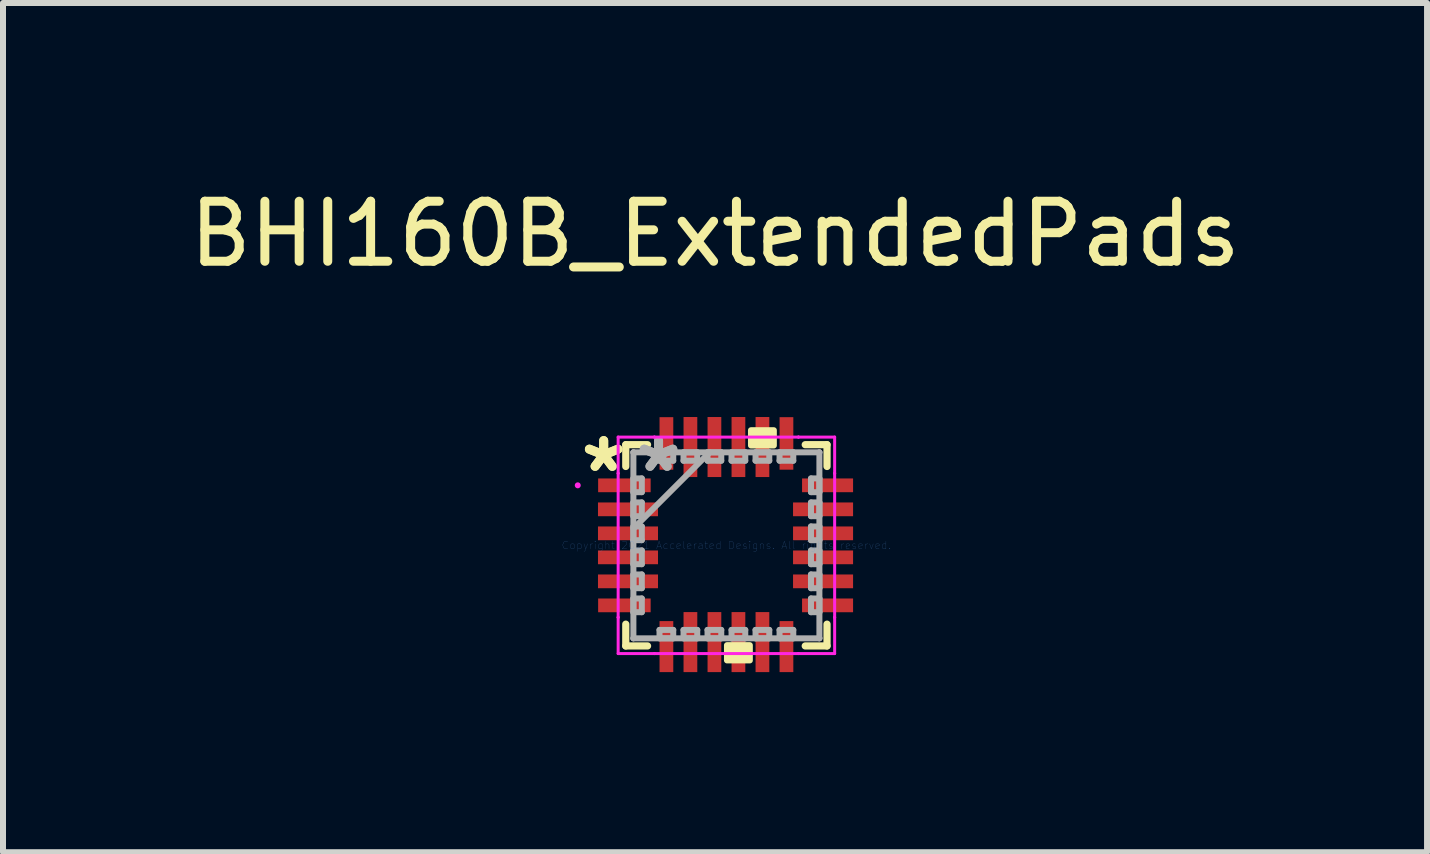
<source format=kicad_pcb>
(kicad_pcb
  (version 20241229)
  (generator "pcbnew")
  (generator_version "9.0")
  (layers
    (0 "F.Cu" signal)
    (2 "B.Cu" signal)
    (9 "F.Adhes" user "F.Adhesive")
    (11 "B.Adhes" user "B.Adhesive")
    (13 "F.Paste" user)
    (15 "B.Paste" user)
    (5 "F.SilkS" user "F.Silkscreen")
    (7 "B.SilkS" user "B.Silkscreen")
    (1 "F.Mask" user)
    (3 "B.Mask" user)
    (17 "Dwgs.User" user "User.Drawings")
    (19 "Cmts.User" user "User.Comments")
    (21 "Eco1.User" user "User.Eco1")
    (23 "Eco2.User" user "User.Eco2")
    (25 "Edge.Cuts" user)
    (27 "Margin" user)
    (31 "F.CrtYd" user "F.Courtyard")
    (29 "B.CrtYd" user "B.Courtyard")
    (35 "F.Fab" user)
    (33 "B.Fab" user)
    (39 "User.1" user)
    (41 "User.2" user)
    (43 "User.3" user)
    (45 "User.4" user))
  (footprint "BHI160B_ExtendedPads"
    (layer "F.Cu")
    (at 8.863 5.848)
    (property "Reference" "BHI160B_ExtendedPads" (at 0 -5 0) (unlocked yes) (layer "F.SilkS") (effects (font (size 1 1) (thickness 0.15))))
    (attr smd)
    (fp_line (start -1.487 -1.489) (end -1.487 -1.126) (stroke (width 0.12) (type solid)) (layer "F.SilkS"))
    (fp_line (start -1.487 1.501) (end -1.487 1.864) (stroke (width 0.12) (type solid)) (layer "F.SilkS"))
    (fp_line (start -1.487 1.864) (end -1.124 1.864) (stroke (width 0.12) (type solid)) (layer "F.SilkS"))
    (fp_line (start -1.124 -1.489) (end -1.487 -1.489) (stroke (width 0.12) (type solid)) (layer "F.SilkS"))
    (fp_line (start 1.503 1.864) (end 1.866 1.864) (stroke (width 0.12) (type solid)) (layer "F.SilkS"))
    (fp_line (start 1.866 -1.489) (end 1.503 -1.489) (stroke (width 0.12) (type solid)) (layer "F.SilkS"))
    (fp_line (start 1.866 -1.126) (end 1.866 -1.489) (stroke (width 0.12) (type solid)) (layer "F.SilkS"))
    (fp_line (start 1.866 1.864) (end 1.866 1.501) (stroke (width 0.12) (type solid)) (layer "F.SilkS"))
    (fp_poly (pts (xy 0.199 1.851) (xy 0.199 2.105) (xy 0.58 2.105) (xy 0.58 1.851)) (stroke (width 0.1) (type solid)) (fill yes) (layer "F.SilkS"))
    (fp_poly (pts (xy 0.599 -1.476) (xy 0.599 -1.73) (xy 0.98 -1.73) (xy 0.98 -1.476)) (stroke (width 0.1) (type solid)) (fill yes) (layer "F.SilkS"))
    (fp_line (start -1.614 -1.616) (end -1.01 -1.616) (stroke (width 0.05) (type solid)) (layer "F.CrtYd"))
    (fp_line (start -1.614 -1.012) (end -1.614 -1.616) (stroke (width 0.05) (type solid)) (layer "F.CrtYd"))
    (fp_line (start -1.614 -1.012) (end -1.614 -1.012) (stroke (width 0.05) (type solid)) (layer "F.CrtYd"))
    (fp_line (start -1.614 1.388) (end -1.614 -1.012) (stroke (width 0.05) (type solid)) (layer "F.CrtYd"))
    (fp_line (start -1.614 1.388) (end -1.614 1.388) (stroke (width 0.05) (type solid)) (layer "F.CrtYd"))
    (fp_line (start -1.614 1.991) (end -1.614 1.388) (stroke (width 0.05) (type solid)) (layer "F.CrtYd"))
    (fp_line (start -1.01 -1.616) (end -1.01 -1.616) (stroke (width 0.05) (type solid)) (layer "F.CrtYd"))
    (fp_line (start -1.01 -1.616) (end 1.39 -1.616) (stroke (width 0.05) (type solid)) (layer "F.CrtYd"))
    (fp_line (start -1.01 1.991) (end -1.614 1.991) (stroke (width 0.05) (type solid)) (layer "F.CrtYd"))
    (fp_line (start -1.01 1.991) (end -1.01 1.991) (stroke (width 0.05) (type solid)) (layer "F.CrtYd"))
    (fp_line (start 1.39 -1.616) (end 1.39 -1.616) (stroke (width 0.05) (type solid)) (layer "F.CrtYd"))
    (fp_line (start 1.39 -1.616) (end 1.993 -1.616) (stroke (width 0.05) (type solid)) (layer "F.CrtYd"))
    (fp_line (start 1.39 1.991) (end -1.01 1.991) (stroke (width 0.05) (type solid)) (layer "F.CrtYd"))
    (fp_line (start 1.39 1.991) (end 1.39 1.991) (stroke (width 0.05) (type solid)) (layer "F.CrtYd"))
    (fp_line (start 1.993 -1.616) (end 1.993 -1.012) (stroke (width 0.05) (type solid)) (layer "F.CrtYd"))
    (fp_line (start 1.993 -1.012) (end 1.993 -1.012) (stroke (width 0.05) (type solid)) (layer "F.CrtYd"))
    (fp_line (start 1.993 -1.012) (end 1.993 1.388) (stroke (width 0.05) (type solid)) (layer "F.CrtYd"))
    (fp_line (start 1.993 1.388) (end 1.993 1.388) (stroke (width 0.05) (type solid)) (layer "F.CrtYd"))
    (fp_line (start 1.993 1.388) (end 1.993 1.991) (stroke (width 0.05) (type solid)) (layer "F.CrtYd"))
    (fp_line (start 1.993 1.991) (end 1.39 1.991) (stroke (width 0.05) (type solid)) (layer "F.CrtYd"))
    (fp_circle (center -2.287 -0.812) (end -2.287 -0.812) (stroke (width 0.05) (type solid)) (fill no) (layer "F.CrtYd"))
    (fp_line (start -1.36 -1.362) (end -1.36 -1.362) (stroke (width 0.1) (type solid)) (layer "F.Fab"))
    (fp_line (start -1.36 -1.362) (end -1.36 1.737) (stroke (width 0.1) (type solid)) (layer "F.Fab"))
    (fp_line (start -1.36 -0.927) (end -1.22 -0.927) (stroke (width 0.1) (type solid)) (layer "F.Fab"))
    (fp_line (start -1.36 -0.698) (end -1.36 -0.927) (stroke (width 0.1) (type solid)) (layer "F.Fab"))
    (fp_line (start -1.36 -0.527) (end -1.22 -0.527) (stroke (width 0.1) (type solid)) (layer "F.Fab"))
    (fp_line (start -1.36 -0.298) (end -1.36 -0.527) (stroke (width 0.1) (type solid)) (layer "F.Fab"))
    (fp_line (start -1.36 -0.127) (end -1.22 -0.127) (stroke (width 0.1) (type solid)) (layer "F.Fab"))
    (fp_line (start -1.36 -0.092) (end -0.09 -1.362) (stroke (width 0.1) (type solid)) (layer "F.Fab"))
    (fp_line (start -1.36 0.102) (end -1.36 -0.127) (stroke (width 0.1) (type solid)) (layer "F.Fab"))
    (fp_line (start -1.36 0.273) (end -1.22 0.273) (stroke (width 0.1) (type solid)) (layer "F.Fab"))
    (fp_line (start -1.36 0.502) (end -1.36 0.273) (stroke (width 0.1) (type solid)) (layer "F.Fab"))
    (fp_line (start -1.36 0.673) (end -1.22 0.673) (stroke (width 0.1) (type solid)) (layer "F.Fab"))
    (fp_line (start -1.36 0.902) (end -1.36 0.673) (stroke (width 0.1) (type solid)) (layer "F.Fab"))
    (fp_line (start -1.36 1.073) (end -1.22 1.073) (stroke (width 0.1) (type solid)) (layer "F.Fab"))
    (fp_line (start -1.36 1.302) (end -1.36 1.073) (stroke (width 0.1) (type solid)) (layer "F.Fab"))
    (fp_line (start -1.36 1.737) (end -1.36 1.737) (stroke (width 0.1) (type solid)) (layer "F.Fab"))
    (fp_line (start -1.36 1.737) (end 1.739 1.737) (stroke (width 0.1) (type solid)) (layer "F.Fab"))
    (fp_line (start -1.22 -0.927) (end -1.22 -0.698) (stroke (width 0.1) (type solid)) (layer "F.Fab"))
    (fp_line (start -1.22 -0.698) (end -1.36 -0.698) (stroke (width 0.1) (type solid)) (layer "F.Fab"))
    (fp_line (start -1.22 -0.527) (end -1.22 -0.298) (stroke (width 0.1) (type solid)) (layer "F.Fab"))
    (fp_line (start -1.22 -0.298) (end -1.36 -0.298) (stroke (width 0.1) (type solid)) (layer "F.Fab"))
    (fp_line (start -1.22 -0.127) (end -1.22 0.102) (stroke (width 0.1) (type solid)) (layer "F.Fab"))
    (fp_line (start -1.22 0.102) (end -1.36 0.102) (stroke (width 0.1) (type solid)) (layer "F.Fab"))
    (fp_line (start -1.22 0.273) (end -1.22 0.502) (stroke (width 0.1) (type solid)) (layer "F.Fab"))
    (fp_line (start -1.22 0.502) (end -1.36 0.502) (stroke (width 0.1) (type solid)) (layer "F.Fab"))
    (fp_line (start -1.22 0.673) (end -1.22 0.902) (stroke (width 0.1) (type solid)) (layer "F.Fab"))
    (fp_line (start -1.22 0.902) (end -1.36 0.902) (stroke (width 0.1) (type solid)) (layer "F.Fab"))
    (fp_line (start -1.22 1.073) (end -1.22 1.302) (stroke (width 0.1) (type solid)) (layer "F.Fab"))
    (fp_line (start -1.22 1.302) (end -1.36 1.302) (stroke (width 0.1) (type solid)) (layer "F.Fab"))
    (fp_line (start -0.925 -1.362) (end -0.696 -1.362) (stroke (width 0.1) (type solid)) (layer "F.Fab"))
    (fp_line (start -0.925 -1.222) (end -0.925 -1.362) (stroke (width 0.1) (type solid)) (layer "F.Fab"))
    (fp_line (start -0.925 1.597) (end -0.696 1.597) (stroke (width 0.1) (type solid)) (layer "F.Fab"))
    (fp_line (start -0.925 1.737) (end -0.925 1.597) (stroke (width 0.1) (type solid)) (layer "F.Fab"))
    (fp_line (start -0.696 -1.362) (end -0.696 -1.222) (stroke (width 0.1) (type solid)) (layer "F.Fab"))
    (fp_line (start -0.696 -1.222) (end -0.925 -1.222) (stroke (width 0.1) (type solid)) (layer "F.Fab"))
    (fp_line (start -0.696 1.597) (end -0.696 1.737) (stroke (width 0.1) (type solid)) (layer "F.Fab"))
    (fp_line (start -0.696 1.737) (end -0.925 1.737) (stroke (width 0.1) (type solid)) (layer "F.Fab"))
    (fp_line (start -0.525 -1.362) (end -0.296 -1.362) (stroke (width 0.1) (type solid)) (layer "F.Fab"))
    (fp_line (start -0.525 -1.222) (end -0.525 -1.362) (stroke (width 0.1) (type solid)) (layer "F.Fab"))
    (fp_line (start -0.525 1.597) (end -0.296 1.597) (stroke (width 0.1) (type solid)) (layer "F.Fab"))
    (fp_line (start -0.525 1.737) (end -0.525 1.597) (stroke (width 0.1) (type solid)) (layer "F.Fab"))
    (fp_line (start -0.296 -1.362) (end -0.296 -1.222) (stroke (width 0.1) (type solid)) (layer "F.Fab"))
    (fp_line (start -0.296 -1.222) (end -0.525 -1.222) (stroke (width 0.1) (type solid)) (layer "F.Fab"))
    (fp_line (start -0.296 1.597) (end -0.296 1.737) (stroke (width 0.1) (type solid)) (layer "F.Fab"))
    (fp_line (start -0.296 1.737) (end -0.525 1.737) (stroke (width 0.1) (type solid)) (layer "F.Fab"))
    (fp_line (start -0.125 -1.362) (end 0.104 -1.362) (stroke (width 0.1) (type solid)) (layer "F.Fab"))
    (fp_line (start -0.125 -1.222) (end -0.125 -1.362) (stroke (width 0.1) (type solid)) (layer "F.Fab"))
    (fp_line (start -0.125 1.597) (end 0.104 1.597) (stroke (width 0.1) (type solid)) (layer "F.Fab"))
    (fp_line (start -0.125 1.737) (end -0.125 1.597) (stroke (width 0.1) (type solid)) (layer "F.Fab"))
    (fp_line (start 0.104 -1.362) (end 0.104 -1.222) (stroke (width 0.1) (type solid)) (layer "F.Fab"))
    (fp_line (start 0.104 -1.222) (end -0.125 -1.222) (stroke (width 0.1) (type solid)) (layer "F.Fab"))
    (fp_line (start 0.104 1.597) (end 0.104 1.737) (stroke (width 0.1) (type solid)) (layer "F.Fab"))
    (fp_line (start 0.104 1.737) (end -0.125 1.737) (stroke (width 0.1) (type solid)) (layer "F.Fab"))
    (fp_line (start 0.275 -1.362) (end 0.504 -1.362) (stroke (width 0.1) (type solid)) (layer "F.Fab"))
    (fp_line (start 0.275 -1.222) (end 0.275 -1.362) (stroke (width 0.1) (type solid)) (layer "F.Fab"))
    (fp_line (start 0.275 1.597) (end 0.504 1.597) (stroke (width 0.1) (type solid)) (layer "F.Fab"))
    (fp_line (start 0.275 1.737) (end 0.275 1.597) (stroke (width 0.1) (type solid)) (layer "F.Fab"))
    (fp_line (start 0.504 -1.362) (end 0.504 -1.222) (stroke (width 0.1) (type solid)) (layer "F.Fab"))
    (fp_line (start 0.504 -1.222) (end 0.275 -1.222) (stroke (width 0.1) (type solid)) (layer "F.Fab"))
    (fp_line (start 0.504 1.597) (end 0.504 1.737) (stroke (width 0.1) (type solid)) (layer "F.Fab"))
    (fp_line (start 0.504 1.737) (end 0.275 1.737) (stroke (width 0.1) (type solid)) (layer "F.Fab"))
    (fp_line (start 0.675 -1.362) (end 0.904 -1.362) (stroke (width 0.1) (type solid)) (layer "F.Fab"))
    (fp_line (start 0.675 -1.222) (end 0.675 -1.362) (stroke (width 0.1) (type solid)) (layer "F.Fab"))
    (fp_line (start 0.675 1.597) (end 0.904 1.597) (stroke (width 0.1) (type solid)) (layer "F.Fab"))
    (fp_line (start 0.675 1.737) (end 0.675 1.597) (stroke (width 0.1) (type solid)) (layer "F.Fab"))
    (fp_line (start 0.904 -1.362) (end 0.904 -1.222) (stroke (width 0.1) (type solid)) (layer "F.Fab"))
    (fp_line (start 0.904 -1.222) (end 0.675 -1.222) (stroke (width 0.1) (type solid)) (layer "F.Fab"))
    (fp_line (start 0.904 1.597) (end 0.904 1.737) (stroke (width 0.1) (type solid)) (layer "F.Fab"))
    (fp_line (start 0.904 1.737) (end 0.675 1.737) (stroke (width 0.1) (type solid)) (layer "F.Fab"))
    (fp_line (start 1.075 -1.362) (end 1.304 -1.362) (stroke (width 0.1) (type solid)) (layer "F.Fab"))
    (fp_line (start 1.075 -1.222) (end 1.075 -1.362) (stroke (width 0.1) (type solid)) (layer "F.Fab"))
    (fp_line (start 1.075 1.597) (end 1.304 1.597) (stroke (width 0.1) (type solid)) (layer "F.Fab"))
    (fp_line (start 1.075 1.737) (end 1.075 1.597) (stroke (width 0.1) (type solid)) (layer "F.Fab"))
    (fp_line (start 1.304 -1.362) (end 1.304 -1.222) (stroke (width 0.1) (type solid)) (layer "F.Fab"))
    (fp_line (start 1.304 -1.222) (end 1.075 -1.222) (stroke (width 0.1) (type solid)) (layer "F.Fab"))
    (fp_line (start 1.304 1.597) (end 1.304 1.737) (stroke (width 0.1) (type solid)) (layer "F.Fab"))
    (fp_line (start 1.304 1.737) (end 1.075 1.737) (stroke (width 0.1) (type solid)) (layer "F.Fab"))
    (fp_line (start 1.599 -0.927) (end 1.739 -0.927) (stroke (width 0.1) (type solid)) (layer "F.Fab"))
    (fp_line (start 1.599 -0.698) (end 1.599 -0.927) (stroke (width 0.1) (type solid)) (layer "F.Fab"))
    (fp_line (start 1.599 -0.527) (end 1.739 -0.527) (stroke (width 0.1) (type solid)) (layer "F.Fab"))
    (fp_line (start 1.599 -0.298) (end 1.599 -0.527) (stroke (width 0.1) (type solid)) (layer "F.Fab"))
    (fp_line (start 1.599 -0.127) (end 1.739 -0.127) (stroke (width 0.1) (type solid)) (layer "F.Fab"))
    (fp_line (start 1.599 0.102) (end 1.599 -0.127) (stroke (width 0.1) (type solid)) (layer "F.Fab"))
    (fp_line (start 1.599 0.273) (end 1.739 0.273) (stroke (width 0.1) (type solid)) (layer "F.Fab"))
    (fp_line (start 1.599 0.502) (end 1.599 0.273) (stroke (width 0.1) (type solid)) (layer "F.Fab"))
    (fp_line (start 1.599 0.673) (end 1.739 0.673) (stroke (width 0.1) (type solid)) (layer "F.Fab"))
    (fp_line (start 1.599 0.902) (end 1.599 0.673) (stroke (width 0.1) (type solid)) (layer "F.Fab"))
    (fp_line (start 1.599 1.073) (end 1.739 1.073) (stroke (width 0.1) (type solid)) (layer "F.Fab"))
    (fp_line (start 1.599 1.302) (end 1.599 1.073) (stroke (width 0.1) (type solid)) (layer "F.Fab"))
    (fp_line (start 1.739 -1.362) (end -1.36 -1.362) (stroke (width 0.1) (type solid)) (layer "F.Fab"))
    (fp_line (start 1.739 -1.362) (end 1.739 -1.362) (stroke (width 0.1) (type solid)) (layer "F.Fab"))
    (fp_line (start 1.739 -0.927) (end 1.739 -0.698) (stroke (width 0.1) (type solid)) (layer "F.Fab"))
    (fp_line (start 1.739 -0.698) (end 1.599 -0.698) (stroke (width 0.1) (type solid)) (layer "F.Fab"))
    (fp_line (start 1.739 -0.527) (end 1.739 -0.298) (stroke (width 0.1) (type solid)) (layer "F.Fab"))
    (fp_line (start 1.739 -0.298) (end 1.599 -0.298) (stroke (width 0.1) (type solid)) (layer "F.Fab"))
    (fp_line (start 1.739 -0.127) (end 1.739 0.102) (stroke (width 0.1) (type solid)) (layer "F.Fab"))
    (fp_line (start 1.739 0.102) (end 1.599 0.102) (stroke (width 0.1) (type solid)) (layer "F.Fab"))
    (fp_line (start 1.739 0.273) (end 1.739 0.502) (stroke (width 0.1) (type solid)) (layer "F.Fab"))
    (fp_line (start 1.739 0.502) (end 1.599 0.502) (stroke (width 0.1) (type solid)) (layer "F.Fab"))
    (fp_line (start 1.739 0.673) (end 1.739 0.902) (stroke (width 0.1) (type solid)) (layer "F.Fab"))
    (fp_line (start 1.739 0.902) (end 1.599 0.902) (stroke (width 0.1) (type solid)) (layer "F.Fab"))
    (fp_line (start 1.739 1.073) (end 1.739 1.302) (stroke (width 0.1) (type solid)) (layer "F.Fab"))
    (fp_line (start 1.739 1.302) (end 1.599 1.302) (stroke (width 0.1) (type solid)) (layer "F.Fab"))
    (fp_line (start 1.739 1.737) (end 1.739 -1.362) (stroke (width 0.1) (type solid)) (layer "F.Fab"))
    (fp_line (start 1.739 1.737) (end 1.739 1.737) (stroke (width 0.1) (type solid)) (layer "F.Fab"))
    (fp_text user "*" (at -1.855 -1.012 180) (layer "F.SilkS") (effects (font (size 1 1) (thickness 0.15))))
    (fp_text user "*" (at -1.855 -1.012 180) (layer "F.SilkS") (effects (font (size 1 1) (thickness 0.15))))
    (fp_text user "Copyright 2021 Accelerated Designs. All rights reserved." (at 0.19 0.188 180) (layer "Cmts.User") (effects (font (size 0.127 0.127) (thickness 0.002))))
    (fp_text user "*" (at -0.941 -1.012 180) (layer "F.Fab") (effects (font (size 1 1) (thickness 0.15))))
    (fp_text user "*" (at -0.941 -1.012 180) (layer "F.Fab") (effects (font (size 1 1) (thickness 0.15))))
    (pad "1" smd rect (at -1.51 -0.812 90) (size 0.229 0.875) (layers "F.Cu" "F.Mask" "F.Paste"))
    (pad "2" smd rect (at -1.45 -0.412 90) (size 0.229 1) (layers "F.Cu" "F.Mask" "F.Paste"))
    (pad "3" smd rect (at -1.45 -0.012 90) (size 0.229 1) (layers "F.Cu" "F.Mask" "F.Paste"))
    (pad "4" smd rect (at -1.45 0.388 90) (size 0.229 1) (layers "F.Cu" "F.Mask" "F.Paste"))
    (pad "5" smd rect (at -1.45 0.788 90) (size 0.229 1) (layers "F.Cu" "F.Mask" "F.Paste"))
    (pad "6" smd rect (at -1.51 1.188 90) (size 0.229 0.875) (layers "F.Cu" "F.Mask" "F.Paste"))
    (pad "7" smd rect (at -0.81 1.875) (size 0.229 0.85) (layers "F.Cu" "F.Mask" "F.Paste"))
    (pad "8" smd rect (at -0.41 1.8) (size 0.229 1) (layers "F.Cu" "F.Mask" "F.Paste"))
    (pad "9" smd rect (at -0.01 1.8) (size 0.229 1) (layers "F.Cu" "F.Mask" "F.Paste"))
    (pad "10" smd rect (at 0.39 1.8) (size 0.229 1) (layers "F.Cu" "F.Mask" "F.Paste"))
    (pad "11" smd rect (at 0.79 1.8) (size 0.229 1) (layers "F.Cu" "F.Mask" "F.Paste"))
    (pad "12" smd rect (at 1.19 1.875) (size 0.229 0.85) (layers "F.Cu" "F.Mask" "F.Paste"))
    (pad "13" smd rect (at 1.875 1.188 90) (size 0.229 0.85) (layers "F.Cu" "F.Mask" "F.Paste"))
    (pad "14" smd rect (at 1.8 0.788 90) (size 0.229 1) (layers "F.Cu" "F.Mask" "F.Paste"))
    (pad "15" smd rect (at 1.8 0.388 90) (size 0.229 1) (layers "F.Cu" "F.Mask" "F.Paste"))
    (pad "16" smd rect (at 1.8 -0.012 90) (size 0.229 1) (layers "F.Cu" "F.Mask" "F.Paste"))
    (pad "17" smd rect (at 1.8 -0.412 90) (size 0.229 1) (layers "F.Cu" "F.Mask" "F.Paste"))
    (pad "18" smd rect (at 1.875 -0.812 90) (size 0.229 0.85) (layers "F.Cu" "F.Mask" "F.Paste"))
    (pad "19" smd rect (at 1.19 -1.51) (size 0.229 0.875) (layers "F.Cu" "F.Mask" "F.Paste"))
    (pad "20" smd rect (at 0.79 -1.45) (size 0.229 1) (layers "F.Cu" "F.Mask" "F.Paste"))
    (pad "21" smd rect (at 0.39 -1.45) (size 0.229 1) (layers "F.Cu" "F.Mask" "F.Paste"))
    (pad "22" smd rect (at -0.01 -1.45) (size 0.229 1) (layers "F.Cu" "F.Mask" "F.Paste"))
    (pad "23" smd rect (at -0.41 -1.45) (size 0.229 1) (layers "F.Cu" "F.Mask" "F.Paste"))
    (pad "24" smd rect (at -0.81 -1.51) (size 0.229 0.875) (layers "F.Cu" "F.Mask" "F.Paste")))
  (gr_rect
    (start -3 -3)
    (end 20.726 11.148)
    (stroke (width 0.1) (type default))
    (fill no)
    (layer "Edge.Cuts")))
</source>
